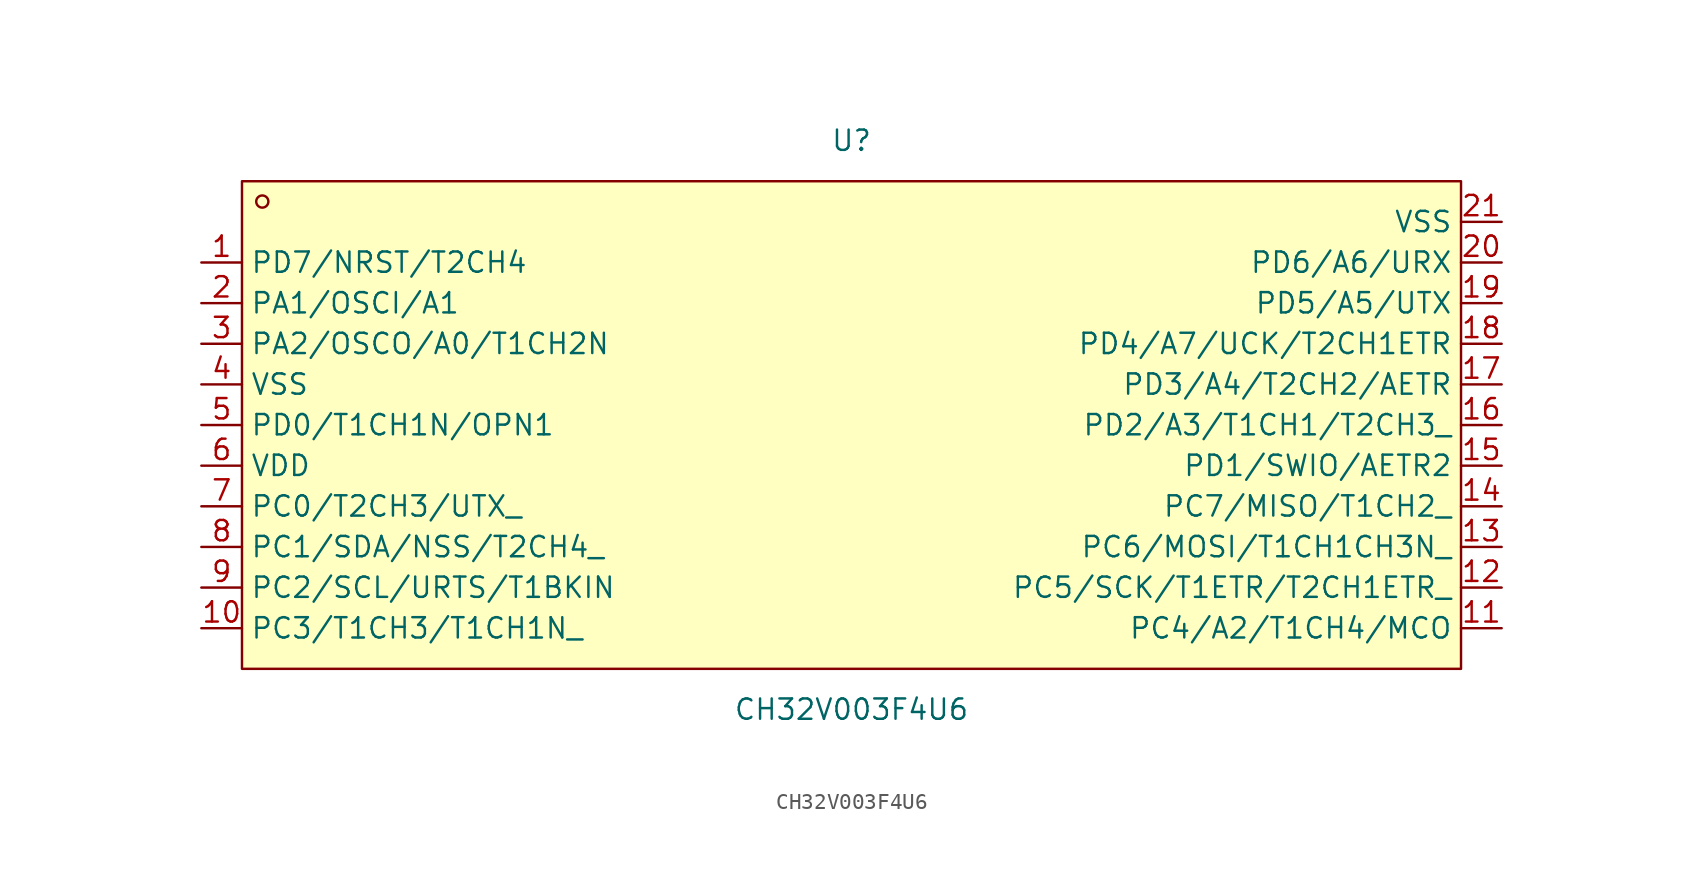
<source format=kicad_sym>
(kicad_symbol_lib
  (version 20211014)
  (generator https://github.com/uPesy/easyeda2kicad.py)
  (symbol "CH32V003F4U6"
    (property "Reference" "U"
      (at 0 17.78 0)
      (effects (font (size 1.27 1.27))))
    (property "Value" "CH32V003F4U6"
      (at 0 -17.78 0)
      (effects (font (size 1.27 1.27))))
    (symbol "CH32V003F4U6_0_1"
      (rectangle (start -38.10 15.24) (end 38.10 -15.24) (stroke (width 0) (type default) (color 0 0 0 0)) (fill (type background)))
      (circle (center -36.83 13.97) (radius 0.38) (stroke (width 0) (type default) (color 0 0 0 0)) (fill (type none)))
      (pin unspecified line (at -40.64 10.16 0) (length 2.54) (name "PD7/NRST/T2CH4" (effects (font (size 1.27 1.27)))) (number "1" (effects (font (size 1.27 1.27)))))
      (pin unspecified line (at -40.64 7.62 0) (length 2.54) (name "PA1/OSCI/A1" (effects (font (size 1.27 1.27)))) (number "2" (effects (font (size 1.27 1.27)))))
      (pin unspecified line (at -40.64 5.08 0) (length 2.54) (name "PA2/OSCO/A0/T1CH2N" (effects (font (size 1.27 1.27)))) (number "3" (effects (font (size 1.27 1.27)))))
      (pin unspecified line (at -40.64 2.54 0) (length 2.54) (name "VSS" (effects (font (size 1.27 1.27)))) (number "4" (effects (font (size 1.27 1.27)))))
      (pin unspecified line (at -40.64 -0.00 0) (length 2.54) (name "PD0/T1CH1N/OPN1" (effects (font (size 1.27 1.27)))) (number "5" (effects (font (size 1.27 1.27)))))
      (pin unspecified line (at -40.64 -2.54 0) (length 2.54) (name "VDD" (effects (font (size 1.27 1.27)))) (number "6" (effects (font (size 1.27 1.27)))))
      (pin unspecified line (at -40.64 -5.08 0) (length 2.54) (name "PC0/T2CH3/UTX_" (effects (font (size 1.27 1.27)))) (number "7" (effects (font (size 1.27 1.27)))))
      (pin unspecified line (at -40.64 -7.62 0) (length 2.54) (name "PC1/SDA/NSS/T2CH4_" (effects (font (size 1.27 1.27)))) (number "8" (effects (font (size 1.27 1.27)))))
      (pin unspecified line (at -40.64 -10.16 0) (length 2.54) (name "PC2/SCL/URTS/T1BKIN" (effects (font (size 1.27 1.27)))) (number "9" (effects (font (size 1.27 1.27)))))
      (pin unspecified line (at -40.64 -12.70 0) (length 2.54) (name "PC3/T1CH3/T1CH1N_" (effects (font (size 1.27 1.27)))) (number "10" (effects (font (size 1.27 1.27)))))
      (pin unspecified line (at 40.64 -12.70 180) (length 2.54) (name "PC4/A2/T1CH4/MCO" (effects (font (size 1.27 1.27)))) (number "11" (effects (font (size 1.27 1.27)))))
      (pin unspecified line (at 40.64 -10.16 180) (length 2.54) (name "PC5/SCK/T1ETR/T2CH1ETR_" (effects (font (size 1.27 1.27)))) (number "12" (effects (font (size 1.27 1.27)))))
      (pin unspecified line (at 40.64 -7.62 180) (length 2.54) (name "PC6/MOSI/T1CH1CH3N_" (effects (font (size 1.27 1.27)))) (number "13" (effects (font (size 1.27 1.27)))))
      (pin unspecified line (at 40.64 -5.08 180) (length 2.54) (name "PC7/MISO/T1CH2_" (effects (font (size 1.27 1.27)))) (number "14" (effects (font (size 1.27 1.27)))))
      (pin unspecified line (at 40.64 -2.54 180) (length 2.54) (name "PD1/SWIO/AETR2" (effects (font (size 1.27 1.27)))) (number "15" (effects (font (size 1.27 1.27)))))
      (pin unspecified line (at 40.64 -0.00 180) (length 2.54) (name "PD2/A3/T1CH1/T2CH3_" (effects (font (size 1.27 1.27)))) (number "16" (effects (font (size 1.27 1.27)))))
      (pin unspecified line (at 40.64 2.54 180) (length 2.54) (name "PD3/A4/T2CH2/AETR" (effects (font (size 1.27 1.27)))) (number "17" (effects (font (size 1.27 1.27)))))
      (pin unspecified line (at 40.64 5.08 180) (length 2.54) (name "PD4/A7/UCK/T2CH1ETR" (effects (font (size 1.27 1.27)))) (number "18" (effects (font (size 1.27 1.27)))))
      (pin unspecified line (at 40.64 7.62 180) (length 2.54) (name "PD5/A5/UTX" (effects (font (size 1.27 1.27)))) (number "19" (effects (font (size 1.27 1.27)))))
      (pin unspecified line (at 40.64 10.16 180) (length 2.54) (name "PD6/A6/URX" (effects (font (size 1.27 1.27)))) (number "20" (effects (font (size 1.27 1.27)))))
      (pin unspecified line (at 40.64 12.70 180) (length 2.54) (name "VSS" (effects (font (size 1.27 1.27)))) (number "21" (effects (font (size 1.27 1.27))))))))
</source>
